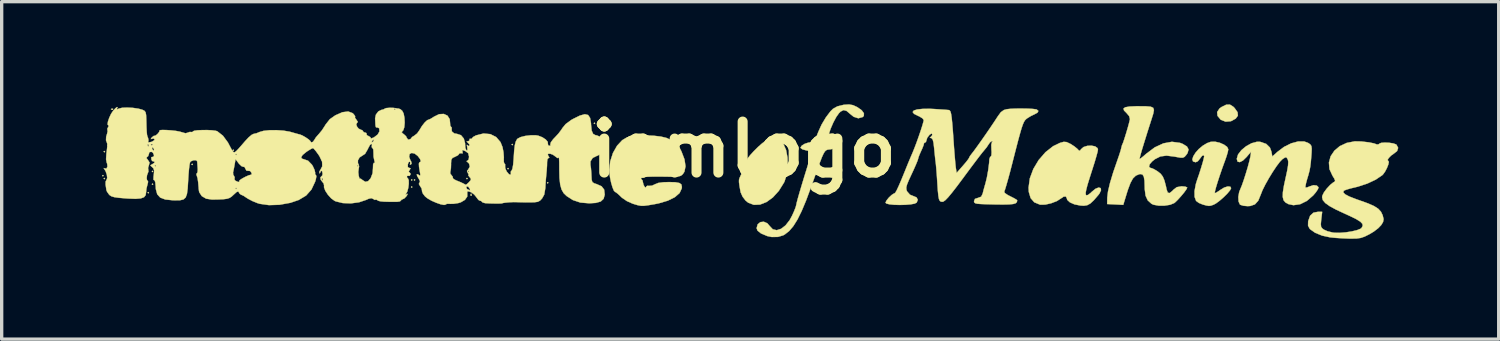
<source format=kicad_pcb>
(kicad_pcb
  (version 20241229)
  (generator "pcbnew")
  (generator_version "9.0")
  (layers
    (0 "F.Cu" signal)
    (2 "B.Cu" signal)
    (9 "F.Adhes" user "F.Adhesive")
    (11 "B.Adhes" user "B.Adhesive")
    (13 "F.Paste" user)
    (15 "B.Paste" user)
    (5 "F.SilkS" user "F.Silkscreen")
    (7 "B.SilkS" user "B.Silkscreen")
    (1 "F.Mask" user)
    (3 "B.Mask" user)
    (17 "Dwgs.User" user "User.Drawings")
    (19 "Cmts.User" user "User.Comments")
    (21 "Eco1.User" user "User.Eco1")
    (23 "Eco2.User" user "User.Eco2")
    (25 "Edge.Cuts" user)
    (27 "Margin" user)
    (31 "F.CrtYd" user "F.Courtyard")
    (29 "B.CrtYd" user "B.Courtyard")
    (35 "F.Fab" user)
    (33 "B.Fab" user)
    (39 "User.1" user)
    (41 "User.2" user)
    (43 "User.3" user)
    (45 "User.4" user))
  (footprint "iomlogo"
    (layer "F.Cu")
    (at 19.182 1.418)
    (property "Reference" "iomlogo" (at 0 0 0) (layer "F.SilkS") (effects (font (size 1.524 1.524) (thickness 0.3))))
    (attr through_hole)
    (fp_poly (pts (xy -19.135 0.783) (xy -19.156 0.804) (xy -19.177 0.783) (xy -19.156 0.762) (xy -19.135 0.783)) (stroke (width 0.01) (type solid)) (fill yes) (layer "F.SilkS"))
    (fp_poly (pts (xy -19.092 0.064) (xy -19.113 0.085) (xy -19.135 0.064) (xy -19.113 0.042) (xy -19.092 0.064)) (stroke (width 0.01) (type solid)) (fill yes) (layer "F.SilkS"))
    (fp_poly (pts (xy -19.092 0.868) (xy -19.113 0.889) (xy -19.135 0.868) (xy -19.113 0.847) (xy -19.092 0.868)) (stroke (width 0.01) (type solid)) (fill yes) (layer "F.SilkS"))
    (fp_poly (pts (xy -17.78 1.291) (xy -17.801 1.312) (xy -17.822 1.291) (xy -17.801 1.27) (xy -17.78 1.291)) (stroke (width 0.01) (type solid)) (fill yes) (layer "F.SilkS"))
    (fp_poly (pts (xy -17.653 0.656) (xy -17.674 0.677) (xy -17.695 0.656) (xy -17.674 0.635) (xy -17.653 0.656)) (stroke (width 0.01) (type solid)) (fill yes) (layer "F.SilkS"))
    (fp_poly (pts (xy -17.653 1.037) (xy -17.674 1.058) (xy -17.695 1.037) (xy -17.674 1.016) (xy -17.653 1.037)) (stroke (width 0.01) (type solid)) (fill yes) (layer "F.SilkS"))
    (fp_poly (pts (xy -16.468 0.445) (xy -16.489 0.466) (xy -16.51 0.445) (xy -16.489 0.423) (xy -16.468 0.445)) (stroke (width 0.01) (type solid)) (fill yes) (layer "F.SilkS"))
    (fp_poly (pts (xy -15.24 0.021) (xy -15.261 0.042) (xy -15.282 0.021) (xy -15.261 0) (xy -15.24 0.021)) (stroke (width 0.01) (type solid)) (fill yes) (layer "F.SilkS"))
    (fp_poly (pts (xy -9.906 0.91) (xy -9.927 0.931) (xy -9.948 0.91) (xy -9.927 0.889) (xy -9.906 0.91)) (stroke (width 0.01) (type solid)) (fill yes) (layer "F.SilkS"))
    (fp_poly (pts (xy -9.906 1.122) (xy -9.927 1.143) (xy -9.948 1.122) (xy -9.927 1.101) (xy -9.906 1.122)) (stroke (width 0.01) (type solid)) (fill yes) (layer "F.SilkS"))
    (fp_poly (pts (xy -9.821 0.91) (xy -9.842 0.931) (xy -9.864 0.91) (xy -9.842 0.889) (xy -9.821 0.91)) (stroke (width 0.01) (type solid)) (fill yes) (layer "F.SilkS"))
    (fp_poly (pts (xy -8.255 0.868) (xy -8.276 0.889) (xy -8.297 0.868) (xy -8.276 0.847) (xy -8.255 0.868)) (stroke (width 0.01) (type solid)) (fill yes) (layer "F.SilkS"))
    (fp_poly (pts (xy -7.027 0.572) (xy -7.048 0.593) (xy -7.07 0.572) (xy -7.048 0.55) (xy -7.027 0.572)) (stroke (width 0.01) (type solid)) (fill yes) (layer "F.SilkS"))
    (fp_poly (pts (xy -6.9 -0.148) (xy -6.921 -0.127) (xy -6.943 -0.148) (xy -6.921 -0.169) (xy -6.9 -0.148)) (stroke (width 0.01) (type solid)) (fill yes) (layer "F.SilkS"))
    (fp_poly (pts (xy -5.842 0.995) (xy -5.863 1.016) (xy -5.884 0.995) (xy -5.863 0.974) (xy -5.842 0.995)) (stroke (width 0.01) (type solid)) (fill yes) (layer "F.SilkS"))
    (fp_poly (pts (xy -4.445 -0.783) (xy -4.466 -0.762) (xy -4.487 -0.783) (xy -4.466 -0.804) (xy -4.445 -0.783)) (stroke (width 0.01) (type solid)) (fill yes) (layer "F.SilkS"))
    (fp_poly (pts (xy -18.852 -1.214) (xy -18.858 -1.188) (xy -18.881 -1.185) (xy -18.916 -1.201) (xy -18.909 -1.214) (xy -18.859 -1.219) (xy -18.852 -1.214)) (stroke (width 0.01) (type solid)) (fill yes) (layer "F.SilkS"))
    (fp_poly (pts (xy -8.142 1.326) (xy -8.137 1.377) (xy -8.142 1.383) (xy -8.167 1.377) (xy -8.17 1.355) (xy -8.155 1.32) (xy -8.142 1.326)) (stroke (width 0.01) (type solid)) (fill yes) (layer "F.SilkS"))
    (fp_poly (pts (xy 14.627 -1.279) (xy 14.667 -1.239) (xy 14.755 -1.115) (xy 14.765 -1.012) (xy 14.7 -0.923) (xy 14.557 -0.845) (xy 14.399 -0.832) (xy 14.258 -0.887) (xy 14.249 -0.894) (xy 14.156 -1.005) (xy 14.145 -1.119) (xy 14.217 -1.227) (xy 14.277 -1.27) (xy 14.417 -1.339) (xy 14.526 -1.342) (xy 14.627 -1.279)) (stroke (width 0.01) (type solid)) (fill yes) (layer "F.SilkS"))
    (fp_poly (pts (xy 0.99 -0.294) (xy 1.129 -0.222) (xy 1.185 -0.16) (xy 1.262 0.016) (xy 1.304 0.242) (xy 1.311 0.491) (xy 1.283 0.735) (xy 1.219 0.947) (xy 1.201 0.986) (xy 1.045 1.236) (xy 0.867 1.432) (xy 0.677 1.57) (xy 0.484 1.646) (xy 0.299 1.654) (xy 0.13 1.59) (xy 0.051 1.526) (xy -0.038 1.41) (xy -0.095 1.283) (xy -0.1 1.261) (xy -0.131 1.088) (xy -0.146 0.976) (xy -0.145 0.906) (xy -0.131 0.857) (xy -0.128 0.849) (xy -0.048 0.678) (xy 0.02 0.52) (xy 0.067 0.396) (xy 0.085 0.327) (xy 0.085 0.326) (xy 0.114 0.264) (xy 0.192 0.165) (xy 0.301 0.046) (xy 0.424 -0.076) (xy 0.545 -0.183) (xy 0.646 -0.258) (xy 0.669 -0.271) (xy 0.826 -0.313) (xy 0.99 -0.294)) (stroke (width 0.01) (type solid)) (fill yes) (layer "F.SilkS"))
    (fp_poly (pts (xy 14.224 -0.201) (xy 14.353 -0.144) (xy 14.446 -0.074) (xy 14.478 -0.007) (xy 14.464 0.072) (xy 14.426 0.202) (xy 14.372 0.356) (xy 14.368 0.365) (xy 14.293 0.572) (xy 14.222 0.779) (xy 14.159 0.972) (xy 14.11 1.134) (xy 14.08 1.25) (xy 14.074 1.303) (xy 14.075 1.304) (xy 14.115 1.291) (xy 14.197 1.239) (xy 14.236 1.211) (xy 14.355 1.138) (xy 14.463 1.104) (xy 14.539 1.112) (xy 14.563 1.155) (xy 14.532 1.218) (xy 14.452 1.314) (xy 14.343 1.423) (xy 14.223 1.528) (xy 14.111 1.611) (xy 14.041 1.649) (xy 13.959 1.678) (xy 13.899 1.686) (xy 13.824 1.674) (xy 13.716 1.645) (xy 13.601 1.598) (xy 13.52 1.54) (xy 13.515 1.534) (xy 13.471 1.416) (xy 13.469 1.243) (xy 13.508 1.034) (xy 13.55 0.899) (xy 13.606 0.738) (xy 13.661 0.565) (xy 13.71 0.403) (xy 13.744 0.274) (xy 13.758 0.202) (xy 13.758 0.201) (xy 13.739 0.167) (xy 13.692 0.193) (xy 13.636 0.266) (xy 13.631 0.275) (xy 13.566 0.353) (xy 13.502 0.381) (xy 13.424 0.357) (xy 13.404 0.293) (xy 13.433 0.202) (xy 13.5 0.095) (xy 13.597 -0.014) (xy 13.715 -0.113) (xy 13.845 -0.191) (xy 13.957 -0.23) (xy 14.084 -0.233) (xy 14.224 -0.201)) (stroke (width 0.01) (type solid)) (fill yes) (layer "F.SilkS"))
    (fp_poly (pts (xy 9.646 -0.222) (xy 9.752 -0.172) (xy 9.766 -0.165) (xy 9.879 -0.092) (xy 9.965 -0.022) (xy 9.979 -0.006) (xy 10.025 0.041) (xy 10.06 0.018) (xy 10.076 -0.007) (xy 10.151 -0.073) (xy 10.264 -0.109) (xy 10.388 -0.115) (xy 10.499 -0.093) (xy 10.57 -0.042) (xy 10.583 0.002) (xy 10.571 0.07) (xy 10.536 0.2) (xy 10.485 0.374) (xy 10.422 0.573) (xy 10.419 0.583) (xy 10.332 0.855) (xy 10.27 1.056) (xy 10.233 1.199) (xy 10.216 1.292) (xy 10.219 1.346) (xy 10.236 1.37) (xy 10.286 1.358) (xy 10.365 1.297) (xy 10.394 1.268) (xy 10.509 1.174) (xy 10.603 1.137) (xy 10.663 1.153) (xy 10.675 1.216) (xy 10.627 1.318) (xy 10.594 1.361) (xy 10.46 1.516) (xy 10.355 1.614) (xy 10.262 1.665) (xy 10.162 1.681) (xy 10.059 1.675) (xy 9.882 1.64) (xy 9.745 1.58) (xy 9.665 1.506) (xy 9.652 1.46) (xy 9.625 1.405) (xy 9.557 1.409) (xy 9.486 1.457) (xy 9.356 1.541) (xy 9.184 1.607) (xy 9.007 1.647) (xy 8.86 1.65) (xy 8.848 1.647) (xy 8.68 1.578) (xy 8.571 1.453) (xy 8.516 1.268) (xy 8.509 1.14) (xy 8.547 0.862) (xy 8.652 0.581) (xy 8.811 0.315) (xy 9.013 0.082) (xy 9.243 -0.099) (xy 9.446 -0.197) (xy 9.56 -0.229) (xy 9.646 -0.222)) (stroke (width 0.01) (type solid)) (fill yes) (layer "F.SilkS"))
    (fp_poly (pts (xy -2.69 -0.411) (xy -2.48 -0.386) (xy -2.32 -0.348) (xy -2.306 -0.343) (xy -2.128 -0.26) (xy -2.006 -0.165) (xy -1.912 -0.034) (xy -1.864 0.06) (xy -1.774 0.297) (xy -1.744 0.501) (xy -1.776 0.662) (xy -1.811 0.718) (xy -1.847 0.759) (xy -1.889 0.787) (xy -1.951 0.804) (xy -2.049 0.812) (xy -2.199 0.814) (xy -2.414 0.811) (xy -2.467 0.811) (xy -2.719 0.81) (xy -2.908 0.816) (xy -3.028 0.829) (xy -3.068 0.845) (xy -3.071 0.886) (xy -3.06 0.889) (xy -3.028 0.925) (xy -3.017 0.98) (xy -2.999 1.053) (xy -2.966 1.115) (xy -2.935 1.142) (xy -2.921 1.114) (xy -2.921 1.113) (xy -2.888 1.084) (xy -2.839 1.088) (xy -2.745 1.081) (xy -2.66 1.041) (xy -2.562 1) (xy -2.407 0.979) (xy -2.237 0.974) (xy -2.047 0.979) (xy -1.928 1.001) (xy -1.867 1.045) (xy -1.852 1.119) (xy -1.857 1.164) (xy -1.921 1.302) (xy -2.062 1.425) (xy -2.272 1.529) (xy -2.547 1.61) (xy -2.664 1.633) (xy -2.85 1.665) (xy -2.979 1.682) (xy -3.077 1.682) (xy -3.17 1.665) (xy -3.285 1.631) (xy -3.33 1.616) (xy -3.496 1.542) (xy -3.643 1.442) (xy -3.679 1.407) (xy -3.766 1.324) (xy -3.831 1.275) (xy -3.846 1.27) (xy -3.884 1.232) (xy -3.926 1.132) (xy -3.967 0.992) (xy -4 0.835) (xy -4.019 0.682) (xy -4.022 0.614) (xy -3.993 0.352) (xy -3.912 0.103) (xy -3.79 -0.112) (xy -3.637 -0.277) (xy -3.499 -0.36) (xy -3.355 -0.395) (xy -3.154 -0.415) (xy -2.924 -0.42) (xy -2.69 -0.411)) (stroke (width 0.01) (type solid)) (fill yes) (layer "F.SilkS"))
    (fp_poly (pts (xy 16.748 -0.24) (xy 16.873 -0.192) (xy 16.931 -0.15) (xy 16.962 -0.101) (xy 16.972 -0.025) (xy 16.967 0.103) (xy 16.961 0.184) (xy 16.945 0.375) (xy 16.928 0.514) (xy 16.906 0.632) (xy 16.872 0.762) (xy 16.834 0.886) (xy 16.8 1.014) (xy 16.783 1.106) (xy 16.785 1.136) (xy 16.834 1.134) (xy 16.907 1.104) (xy 17.024 1.066) (xy 17.124 1.078) (xy 17.176 1.13) (xy 17.158 1.186) (xy 17.095 1.28) (xy 17.015 1.374) (xy 16.826 1.537) (xy 16.624 1.636) (xy 16.426 1.664) (xy 16.275 1.632) (xy 16.187 1.583) (xy 16.131 1.517) (xy 16.106 1.419) (xy 16.11 1.278) (xy 16.142 1.079) (xy 16.188 0.866) (xy 16.238 0.636) (xy 16.265 0.475) (xy 16.271 0.368) (xy 16.258 0.301) (xy 16.254 0.294) (xy 16.22 0.239) (xy 16.181 0.235) (xy 16.108 0.281) (xy 16.095 0.29) (xy 16.02 0.367) (xy 15.919 0.501) (xy 15.805 0.672) (xy 15.689 0.862) (xy 15.583 1.051) (xy 15.499 1.22) (xy 15.449 1.347) (xy 15.374 1.53) (xy 15.274 1.64) (xy 15.137 1.688) (xy 15.056 1.693) (xy 14.932 1.682) (xy 14.841 1.654) (xy 14.825 1.643) (xy 14.785 1.552) (xy 14.778 1.416) (xy 14.804 1.27) (xy 14.837 1.187) (xy 14.881 1.082) (xy 14.938 0.92) (xy 15 0.727) (xy 15.06 0.527) (xy 15.108 0.347) (xy 15.139 0.212) (xy 15.142 0.191) (xy 15.16 0.064) (xy 15.027 0.222) (xy 14.915 0.331) (xy 14.822 0.378) (xy 14.757 0.363) (xy 14.732 0.282) (xy 14.732 0.278) (xy 14.77 0.149) (xy 14.87 0.019) (xy 15.012 -0.098) (xy 15.174 -0.187) (xy 15.335 -0.231) (xy 15.431 -0.229) (xy 15.611 -0.168) (xy 15.722 -0.059) (xy 15.766 0.06) (xy 15.794 0.21) (xy 15.944 0.073) (xy 16.145 -0.078) (xy 16.358 -0.184) (xy 16.565 -0.24) (xy 16.748 -0.24)) (stroke (width 0.01) (type solid)) (fill yes) (layer "F.SilkS"))
    (fp_poly (pts (xy 3.263 -1.325) (xy 3.394 -1.264) (xy 3.394 -1.263) (xy 3.523 -1.172) (xy 3.588 -1.082) (xy 3.585 -1.003) (xy 3.55 -0.969) (xy 3.421 -0.933) (xy 3.282 -0.978) (xy 3.182 -1.058) (xy 3.069 -1.154) (xy 2.979 -1.178) (xy 2.892 -1.134) (xy 2.846 -1.09) (xy 2.763 -0.974) (xy 2.674 -0.808) (xy 2.593 -0.621) (xy 2.534 -0.446) (xy 2.518 -0.376) (xy 2.505 -0.274) (xy 2.529 -0.226) (xy 2.606 -0.201) (xy 2.624 -0.197) (xy 2.723 -0.154) (xy 2.748 -0.094) (xy 2.703 -0.037) (xy 2.603 -0.007) (xy 2.544 -0.001) (xy 2.497 0.006) (xy 2.457 0.025) (xy 2.419 0.062) (xy 2.379 0.129) (xy 2.332 0.232) (xy 2.274 0.382) (xy 2.2 0.586) (xy 2.104 0.854) (xy 2.009 1.122) (xy 1.862 1.518) (xy 1.728 1.838) (xy 1.602 2.093) (xy 1.48 2.288) (xy 1.356 2.434) (xy 1.227 2.536) (xy 1.177 2.565) (xy 1.018 2.612) (xy 0.832 2.615) (xy 0.699 2.587) (xy 0.512 2.508) (xy 0.408 2.425) (xy 0.381 2.351) (xy 0.413 2.236) (xy 0.492 2.171) (xy 0.596 2.159) (xy 0.701 2.205) (xy 0.771 2.286) (xy 0.864 2.385) (xy 0.982 2.412) (xy 1.112 2.371) (xy 1.246 2.268) (xy 1.371 2.107) (xy 1.441 1.978) (xy 1.505 1.836) (xy 1.55 1.718) (xy 1.567 1.651) (xy 1.579 1.592) (xy 1.612 1.466) (xy 1.663 1.287) (xy 1.728 1.069) (xy 1.799 0.834) (xy 1.873 0.596) (xy 1.936 0.387) (xy 1.987 0.221) (xy 2.02 0.11) (xy 2.032 0.066) (xy 2.032 0.066) (xy 1.995 0.052) (xy 1.902 0.033) (xy 1.863 0.026) (xy 1.751 -0.005) (xy 1.696 -0.047) (xy 1.693 -0.057) (xy 1.73 -0.115) (xy 1.819 -0.17) (xy 1.929 -0.206) (xy 1.986 -0.212) (xy 2.054 -0.226) (xy 2.111 -0.278) (xy 2.168 -0.384) (xy 2.226 -0.529) (xy 2.324 -0.746) (xy 2.452 -0.96) (xy 2.588 -1.14) (xy 2.663 -1.215) (xy 2.795 -1.289) (xy 2.978 -1.334) (xy 2.99 -1.336) (xy 3.144 -1.346) (xy 3.263 -1.325)) (stroke (width 0.01) (type solid)) (fill yes) (layer "F.SilkS"))
    (fp_poly (pts (xy 12.024 -1.291) (xy 12.16 -1.279) (xy 12.234 -1.246) (xy 12.256 -1.18) (xy 12.236 -1.072) (xy 12.185 -0.909) (xy 12.185 -0.909) (xy 12.071 -0.552) (xy 11.977 -0.251) (xy 11.904 -0.013) (xy 11.854 0.159) (xy 11.829 0.259) (xy 11.826 0.283) (xy 11.862 0.264) (xy 11.94 0.202) (xy 12.026 0.127) (xy 12.281 -0.064) (xy 12.54 -0.184) (xy 12.794 -0.23) (xy 13.033 -0.199) (xy 13.113 -0.169) (xy 13.243 -0.09) (xy 13.291 -0.000139) (xy 13.26 0.108) (xy 13.215 0.171) (xy 13.17 0.221) (xy 13.121 0.244) (xy 13.045 0.244) (xy 12.919 0.222) (xy 12.86 0.211) (xy 12.632 0.183) (xy 12.45 0.207) (xy 12.288 0.288) (xy 12.203 0.356) (xy 12.13 0.44) (xy 12.109 0.511) (xy 12.143 0.549) (xy 12.161 0.55) (xy 12.227 0.573) (xy 12.328 0.629) (xy 12.371 0.657) (xy 12.458 0.726) (xy 12.521 0.81) (xy 12.57 0.927) (xy 12.615 1.099) (xy 12.635 1.196) (xy 12.669 1.288) (xy 12.723 1.303) (xy 12.803 1.241) (xy 12.835 1.206) (xy 12.938 1.126) (xy 13.077 1.101) (xy 13.089 1.101) (xy 13.192 1.11) (xy 13.247 1.132) (xy 13.25 1.139) (xy 13.224 1.194) (xy 13.156 1.288) (xy 13.064 1.398) (xy 12.968 1.504) (xy 12.885 1.584) (xy 12.861 1.602) (xy 12.739 1.652) (xy 12.572 1.678) (xy 12.396 1.678) (xy 12.245 1.651) (xy 12.185 1.624) (xy 12.071 1.521) (xy 12.006 1.38) (xy 11.981 1.183) (xy 11.98 1.13) (xy 11.974 0.934) (xy 11.953 0.81) (xy 11.913 0.747) (xy 11.849 0.734) (xy 11.816 0.739) (xy 11.714 0.782) (xy 11.63 0.863) (xy 11.555 0.998) (xy 11.48 1.198) (xy 11.448 1.298) (xy 11.339 1.655) (xy 11.099 1.642) (xy 10.858 1.63) (xy 10.861 1.439) (xy 10.883 1.256) (xy 10.943 1.001) (xy 11.04 0.679) (xy 11.165 0.318) (xy 11.218 0.164) (xy 11.259 0.037) (xy 11.278 -0.039) (xy 11.279 -0.043) (xy 11.301 -0.128) (xy 11.311 -0.149) (xy 11.338 -0.214) (xy 11.378 -0.335) (xy 11.426 -0.489) (xy 11.473 -0.649) (xy 11.512 -0.792) (xy 11.536 -0.892) (xy 11.539 -0.91) (xy 11.515 -0.998) (xy 11.441 -1.086) (xy 11.362 -1.166) (xy 11.346 -1.224) (xy 11.398 -1.262) (xy 11.523 -1.284) (xy 11.725 -1.293) (xy 11.813 -1.293) (xy 12.024 -1.291)) (stroke (width 0.01) (type solid)) (fill yes) (layer "F.SilkS"))
    (fp_poly (pts (xy 18.453 -0.24) (xy 18.682 -0.213) (xy 18.836 -0.182) (xy 18.92 -0.15) (xy 18.974 -0.156) (xy 18.988 -0.172) (xy 19.046 -0.198) (xy 19.156 -0.207) (xy 19.288 -0.201) (xy 19.411 -0.182) (xy 19.495 -0.151) (xy 19.505 -0.143) (xy 19.555 -0.049) (xy 19.524 0.045) (xy 19.436 0.116) (xy 19.346 0.18) (xy 19.276 0.251) (xy 19.24 0.31) (xy 19.254 0.338) (xy 19.259 0.339) (xy 19.277 0.371) (xy 19.26 0.452) (xy 19.218 0.557) (xy 19.162 0.664) (xy 19.1 0.749) (xy 19.083 0.766) (xy 18.885 0.9) (xy 18.631 1.019) (xy 18.349 1.111) (xy 18.276 1.129) (xy 18.121 1.166) (xy 17.999 1.203) (xy 17.933 1.231) (xy 17.93 1.233) (xy 17.915 1.281) (xy 17.967 1.337) (xy 18.093 1.404) (xy 18.295 1.483) (xy 18.415 1.525) (xy 18.662 1.614) (xy 18.84 1.694) (xy 18.962 1.773) (xy 19.041 1.86) (xy 19.091 1.963) (xy 19.093 1.971) (xy 19.12 2.081) (xy 19.104 2.166) (xy 19.049 2.258) (xy 18.96 2.351) (xy 18.826 2.454) (xy 18.695 2.532) (xy 18.553 2.603) (xy 18.436 2.643) (xy 18.311 2.661) (xy 18.144 2.663) (xy 18.098 2.663) (xy 17.897 2.655) (xy 17.692 2.642) (xy 17.528 2.626) (xy 17.525 2.626) (xy 17.283 2.574) (xy 17.074 2.489) (xy 16.923 2.382) (xy 16.911 2.369) (xy 16.862 2.277) (xy 16.865 2.15) (xy 16.866 2.141) (xy 16.924 1.979) (xy 17.024 1.888) (xy 17.154 1.863) (xy 17.284 1.863) (xy 17.256 2.094) (xy 17.244 2.23) (xy 17.252 2.31) (xy 17.288 2.361) (xy 17.338 2.397) (xy 17.446 2.444) (xy 17.592 2.48) (xy 17.653 2.488) (xy 17.81 2.491) (xy 17.99 2.476) (xy 18.17 2.448) (xy 18.325 2.411) (xy 18.432 2.368) (xy 18.459 2.347) (xy 18.495 2.284) (xy 18.487 2.223) (xy 18.426 2.158) (xy 18.306 2.083) (xy 18.117 1.99) (xy 17.977 1.926) (xy 17.705 1.8) (xy 17.508 1.693) (xy 17.376 1.599) (xy 17.303 1.512) (xy 17.282 1.426) (xy 17.288 1.383) (xy 17.335 1.286) (xy 17.421 1.169) (xy 17.523 1.059) (xy 17.616 0.983) (xy 17.647 0.968) (xy 17.672 0.938) (xy 17.647 0.87) (xy 17.594 0.786) (xy 17.502 0.587) (xy 17.486 0.39) (xy 17.537 0.202) (xy 17.649 0.036) (xy 17.811 -0.101) (xy 18.018 -0.197) (xy 18.259 -0.244) (xy 18.453 -0.24)) (stroke (width 0.01) (type solid)) (fill yes) (layer "F.SilkS"))
    (fp_poly (pts (xy 8.485 -1.221) (xy 8.637 -1.213) (xy 8.737 -1.2) (xy 8.752 -1.196) (xy 8.803 -1.153) (xy 8.776 -1.101) (xy 8.694 -1.056) (xy 8.576 -0.999) (xy 8.47 -0.934) (xy 8.433 -0.905) (xy 8.4 -0.87) (xy 8.369 -0.819) (xy 8.337 -0.744) (xy 8.299 -0.634) (xy 8.255 -0.482) (xy 8.199 -0.278) (xy 8.13 -0.012) (xy 8.044 0.324) (xy 8.019 0.423) (xy 7.955 0.671) (xy 7.895 0.891) (xy 7.844 1.07) (xy 7.806 1.195) (xy 7.784 1.252) (xy 7.784 1.252) (xy 7.796 1.298) (xy 7.888 1.361) (xy 7.959 1.397) (xy 8.075 1.456) (xy 8.152 1.502) (xy 8.17 1.521) (xy 8.159 1.571) (xy 8.123 1.607) (xy 8.049 1.629) (xy 7.925 1.641) (xy 7.74 1.645) (xy 7.49 1.642) (xy 7.251 1.636) (xy 7.084 1.63) (xy 6.976 1.621) (xy 6.915 1.606) (xy 6.887 1.584) (xy 6.879 1.553) (xy 6.879 1.545) (xy 6.907 1.476) (xy 6.995 1.447) (xy 7.092 1.411) (xy 7.137 1.32) (xy 7.165 1.208) (xy 7.205 1.065) (xy 7.22 1.016) (xy 7.263 0.84) (xy 7.302 0.622) (xy 7.33 0.404) (xy 7.338 0.286) (xy 7.36 0.223) (xy 7.38 0.212) (xy 7.399 0.174) (xy 7.404 0.077) (xy 7.399 0.001) (xy 7.395 -0.14) (xy 7.414 -0.219) (xy 7.425 -0.228) (xy 7.444 -0.246) (xy 7.42 -0.251) (xy 7.363 -0.22) (xy 7.32 -0.162) (xy 7.253 -0.061) (xy 7.181 0.026) (xy 7.129 0.088) (xy 7.036 0.207) (xy 6.912 0.371) (xy 6.764 0.568) (xy 6.603 0.785) (xy 6.562 0.841) (xy 6.371 1.097) (xy 6.221 1.29) (xy 6.108 1.426) (xy 6.024 1.513) (xy 5.965 1.555) (xy 5.938 1.563) (xy 5.89 1.559) (xy 5.856 1.536) (xy 5.831 1.482) (xy 5.813 1.382) (xy 5.797 1.225) (xy 5.782 0.999) (xy 5.779 0.953) (xy 5.766 0.757) (xy 5.752 0.58) (xy 5.74 0.447) (xy 5.735 0.402) (xy 5.721 0.296) (xy 5.705 0.139) (xy 5.688 -0.032) (xy 5.669 -0.198) (xy 5.645 -0.295) (xy 5.613 -0.337) (xy 5.592 -0.342) (xy 5.555 -0.353) (xy 5.577 -0.367) (xy 5.626 -0.423) (xy 5.63 -0.448) (xy 5.617 -0.48) (xy 5.568 -0.453) (xy 5.546 -0.435) (xy 5.481 -0.352) (xy 5.461 -0.287) (xy 5.441 -0.223) (xy 5.419 -0.212) (xy 5.383 -0.188) (xy 5.383 -0.18) (xy 5.37 -0.126) (xy 5.33 -0.025) (xy 5.299 0.042) (xy 5.246 0.162) (xy 5.213 0.254) (xy 5.208 0.28) (xy 5.19 0.336) (xy 5.143 0.45) (xy 5.075 0.604) (xy 5.016 0.731) (xy 4.93 0.916) (xy 4.878 1.043) (xy 4.855 1.129) (xy 4.857 1.193) (xy 4.875 1.248) (xy 4.966 1.352) (xy 5.049 1.385) (xy 5.16 1.431) (xy 5.199 1.504) (xy 5.164 1.588) (xy 5.1 1.619) (xy 4.98 1.64) (xy 4.824 1.653) (xy 4.654 1.657) (xy 4.489 1.652) (xy 4.351 1.638) (xy 4.259 1.615) (xy 4.233 1.589) (xy 4.263 1.525) (xy 4.332 1.439) (xy 4.416 1.36) (xy 4.486 1.315) (xy 4.499 1.312) (xy 4.526 1.29) (xy 4.567 1.22) (xy 4.627 1.092) (xy 4.709 0.902) (xy 4.816 0.64) (xy 4.835 0.593) (xy 4.907 0.415) (xy 4.978 0.245) (xy 5.034 0.115) (xy 5.038 0.106) (xy 5.091 -0.024) (xy 5.155 -0.191) (xy 5.221 -0.375) (xy 5.283 -0.557) (xy 5.334 -0.716) (xy 5.367 -0.832) (xy 5.376 -0.88) (xy 5.34 -0.93) (xy 5.25 -0.986) (xy 5.207 -1.005) (xy 5.087 -1.065) (xy 5.045 -1.119) (xy 5.078 -1.164) (xy 5.178 -1.196) (xy 5.341 -1.214) (xy 5.562 -1.216) (xy 5.673 -1.211) (xy 5.853 -1.199) (xy 6.003 -1.189) (xy 6.102 -1.181) (xy 6.126 -1.179) (xy 6.153 -1.166) (xy 6.176 -1.131) (xy 6.194 -1.062) (xy 6.211 -0.949) (xy 6.228 -0.782) (xy 6.247 -0.55) (xy 6.266 -0.275) (xy 6.283 -0.032) (xy 6.301 0.192) (xy 6.317 0.379) (xy 6.33 0.51) (xy 6.335 0.55) (xy 6.359 0.699) (xy 6.545 0.488) (xy 6.64 0.377) (xy 6.707 0.29) (xy 6.731 0.248) (xy 6.756 0.198) (xy 6.815 0.12) (xy 6.879 0.038) (xy 6.977 -0.097) (xy 7.099 -0.268) (xy 7.231 -0.457) (xy 7.362 -0.648) (xy 7.48 -0.823) (xy 7.573 -0.965) (xy 7.589 -0.99) (xy 7.68 -1.114) (xy 7.772 -1.18) (xy 7.857 -1.204) (xy 7.966 -1.216) (xy 8.124 -1.223) (xy 8.306 -1.224) (xy 8.485 -1.221)) (stroke (width 0.01) (type solid)) (fill yes) (layer "F.SilkS"))
    (fp_poly (pts (xy -18.717 -1.265) (xy -18.735 -1.223) (xy -18.738 -1.198) (xy -18.68 -1.222) (xy -18.677 -1.223) (xy -18.58 -1.247) (xy -18.43 -1.253) (xy -18.258 -1.244) (xy -18.094 -1.22) (xy -17.981 -1.189) (xy -17.917 -1.159) (xy -17.881 -1.113) (xy -17.865 -1.029) (xy -17.859 -0.884) (xy -17.859 -0.879) (xy -17.854 -0.67) (xy -17.847 -0.528) (xy -17.838 -0.437) (xy -17.823 -0.381) (xy -17.808 -0.349) (xy -17.793 -0.276) (xy -17.801 -0.254) (xy -17.8 -0.215) (xy -17.786 -0.212) (xy -17.694 -0.231) (xy -17.625 -0.275) (xy -17.611 -0.305) (xy -17.642 -0.329) (xy -17.68 -0.321) (xy -17.726 -0.31) (xy -17.706 -0.347) (xy -17.697 -0.358) (xy -17.641 -0.405) (xy -17.616 -0.408) (xy -17.573 -0.423) (xy -17.514 -0.475) (xy -17.471 -0.532) (xy -17.467 -0.562) (xy -17.45 -0.578) (xy -17.371 -0.584) (xy -17.251 -0.581) (xy -17.112 -0.571) (xy -16.976 -0.556) (xy -16.863 -0.535) (xy -16.811 -0.52) (xy -16.687 -0.485) (xy -16.626 -0.502) (xy -16.554 -0.527) (xy -16.526 -0.521) (xy -16.475 -0.523) (xy -16.468 -0.54) (xy -16.429 -0.56) (xy -16.33 -0.574) (xy -16.192 -0.58) (xy -16.04 -0.581) (xy -15.897 -0.574) (xy -15.786 -0.56) (xy -15.739 -0.545) (xy -15.569 -0.412) (xy -15.42 -0.21) (xy -15.371 -0.116) (xy -15.311 -0.003) (xy -15.26 0.07) (xy -15.239 0.085) (xy -15.212 0.078) (xy -15.173 0.049) (xy -15.112 -0.014) (xy -15.018 -0.12) (xy -14.907 -0.249) (xy -14.803 -0.36) (xy -14.711 -0.438) (xy -14.653 -0.466) (xy -14.565 -0.485) (xy -14.477 -0.522) (xy -14.356 -0.557) (xy -14.179 -0.576) (xy -13.972 -0.578) (xy -13.763 -0.564) (xy -13.578 -0.533) (xy -13.531 -0.52) (xy -13.401 -0.483) (xy -13.303 -0.456) (xy -13.271 -0.449) (xy -13.2 -0.421) (xy -13.105 -0.368) (xy -13.015 -0.307) (xy -12.96 -0.257) (xy -12.954 -0.245) (xy -12.93 -0.211) (xy -12.92 -0.214) (xy -11.123 -0.214) (xy -11.117 -0.212) (xy -11.079 -0.241) (xy -11.07 -0.254) (xy -11.059 -0.294) (xy -11.065 -0.296) (xy -11.104 -0.267) (xy -11.113 -0.254) (xy -11.123 -0.214) (xy -12.92 -0.214) (xy -12.881 -0.228) (xy -12.839 -0.284) (xy -12.839 -0.285) (xy -12.79 -0.363) (xy -12.709 -0.456) (xy -12.701 -0.464) (xy -12.61 -0.574) (xy -12.522 -0.709) (xy -12.506 -0.738) (xy -12.374 -0.906) (xy -12.21 -1.021) (xy -11.999 -1.114) (xy -11.826 -1.136) (xy -11.694 -1.087) (xy -11.663 -1.058) (xy -11.618 -0.997) (xy -11.62 -0.974) (xy -11.622 -0.948) (xy -11.582 -0.893) (xy -11.538 -0.826) (xy -11.56 -0.796) (xy -11.585 -0.755) (xy -11.564 -0.687) (xy -11.514 -0.623) (xy -11.452 -0.593) (xy -11.45 -0.593) (xy -11.394 -0.569) (xy -11.388 -0.55) (xy -11.353 -0.513) (xy -11.322 -0.508) (xy -11.277 -0.489) (xy -11.28 -0.469) (xy -11.266 -0.427) (xy -11.218 -0.402) (xy -11.159 -0.367) (xy -11.155 -0.339) (xy -11.138 -0.33) (xy -11.068 -0.357) (xy -11.052 -0.365) (xy -10.946 -0.445) (xy -10.891 -0.542) (xy -10.899 -0.632) (xy -10.901 -0.635) (xy -10.952 -0.66) (xy -10.967 -0.654) (xy -10.999 -0.67) (xy -11.011 -0.728) (xy -11.017 -0.852) (xy -11.021 -0.931) (xy -10.997 -1.042) (xy -10.926 -1.137) (xy -10.833 -1.184) (xy -10.819 -1.185) (xy -10.75 -1.206) (xy -10.456 -1.206) (xy -10.435 -1.185) (xy -10.414 -1.206) (xy -10.435 -1.228) (xy -10.456 -1.206) (xy -10.75 -1.206) (xy -10.749 -1.207) (xy -10.736 -1.221) (xy -10.687 -1.238) (xy -10.589 -1.246) (xy -10.478 -1.244) (xy -10.389 -1.233) (xy -10.372 -1.227) (xy -10.316 -1.223) (xy -10.263 -1.201) (xy -10.211 -1.157) (xy -10.168 -1.074) (xy -10.144 -0.945) (xy -10.137 -0.799) (xy -10.149 -0.665) (xy -10.18 -0.572) (xy -10.199 -0.553) (xy -10.228 -0.517) (xy -10.187 -0.473) (xy -10.166 -0.46) (xy -10.097 -0.397) (xy -10.075 -0.35) (xy -10.041 -0.302) (xy -10.012 -0.296) (xy -9.955 -0.316) (xy -9.948 -0.332) (xy -9.914 -0.374) (xy -9.853 -0.411) (xy -9.765 -0.48) (xy -9.696 -0.577) (xy -9.622 -0.7) (xy -9.538 -0.807) (xy -9.463 -0.876) (xy -9.429 -0.889) (xy -9.371 -0.912) (xy -9.28 -0.967) (xy -9.262 -0.98) (xy -9.109 -1.055) (xy -8.969 -1.063) (xy -8.858 -1.012) (xy -8.792 -0.906) (xy -8.781 -0.796) (xy -8.775 -0.711) (xy -8.75 -0.677) (xy -8.728 -0.647) (xy -8.734 -0.619) (xy -8.727 -0.54) (xy -8.657 -0.482) (xy -8.571 -0.466) (xy -8.455 -0.428) (xy -8.37 -0.327) (xy -8.332 -0.187) (xy -8.331 -0.15) (xy -8.323 -0.043) (xy -8.294 0.023) (xy -8.29 0.026) (xy -8.261 0.02) (xy -8.267 -0.059) (xy -8.268 -0.068) (xy -8.28 -0.137) (xy -8.273 -0.141) (xy -8.271 -0.137) (xy -8.227 -0.104) (xy -8.207 -0.11) (xy -8.202 -0.151) (xy -8.242 -0.195) (xy -8.287 -0.238) (xy -8.261 -0.245) (xy -8.255 -0.244) (xy -8.206 -0.262) (xy -8.203 -0.289) (xy -8.19 -0.324) (xy -8.171 -0.318) (xy -8.131 -0.318) (xy -8.128 -0.331) (xy -8.093 -0.373) (xy -8.008 -0.42) (xy -8.003 -0.422) (xy -7.78 -0.478) (xy -7.576 -0.459) (xy -7.403 -0.372) (xy -7.274 -0.222) (xy -7.213 -0.07) (xy -7.184 0.084) (xy -7.173 0.233) (xy -7.175 0.279) (xy -7.174 0.375) (xy -7.156 0.422) (xy -7.151 0.423) (xy -7.13 0.454) (xy -7.136 0.479) (xy -7.132 0.561) (xy -7.087 0.66) (xy -7.024 0.735) (xy -6.991 0.752) (xy -6.958 0.738) (xy -6.966 0.716) (xy -6.964 0.655) (xy -6.946 0.637) (xy -6.919 0.581) (xy -6.896 0.459) (xy -6.881 0.29) (xy -6.88 0.271) (xy -6.865 0.04) (xy -6.846 -0.123) (xy -6.819 -0.232) (xy -6.782 -0.302) (xy -6.764 -0.323) (xy -6.674 -0.37) (xy -6.532 -0.406) (xy -6.368 -0.425) (xy -6.216 -0.425) (xy -6.145 -0.413) (xy -6.022 -0.365) (xy -5.921 -0.298) (xy -5.861 -0.227) (xy -5.858 -0.177) (xy -5.849 -0.129) (xy -5.823 -0.112) (xy -5.78 -0.115) (xy -5.785 -0.149) (xy -5.769 -0.214) (xy -5.699 -0.308) (xy -5.651 -0.358) (xy -5.542 -0.475) (xy -5.45 -0.597) (xy -5.424 -0.64) (xy -5.326 -0.759) (xy -5.158 -0.883) (xy -5.101 -0.915) (xy -4.9 -1.014) (xy -4.753 -1.054) (xy -4.655 -1.031) (xy -4.596 -0.943) (xy -4.569 -0.789) (xy -4.567 -0.737) (xy -4.549 -0.566) (xy -4.505 -0.466) (xy -4.429 -0.425) (xy -4.398 -0.423) (xy -4.318 -0.39) (xy -4.259 -0.328) (xy -4.194 -0.171) (xy -4.193 -0.02) (xy -4.252 0.104) (xy -4.365 0.182) (xy -4.388 0.188) (xy -4.519 0.253) (xy -4.585 0.357) (xy -4.585 0.459) (xy -4.57 0.56) (xy -4.559 0.702) (xy -4.556 0.775) (xy -4.549 0.903) (xy -4.528 0.973) (xy -4.475 1.01) (xy -4.403 1.033) (xy -4.253 1.099) (xy -4.176 1.198) (xy -4.159 1.345) (xy -4.159 1.354) (xy -4.193 1.475) (xy -4.278 1.554) (xy -4.426 1.596) (xy -4.619 1.608) (xy -4.886 1.586) (xy -5.11 1.511) (xy -5.297 1.391) (xy -5.387 1.304) (xy -5.449 1.195) (xy -5.489 1.049) (xy -5.511 0.851) (xy -5.517 0.587) (xy -5.517 0.529) (xy -5.518 0.38) (xy -5.523 0.277) (xy -5.53 0.237) (xy -5.533 0.241) (xy -5.57 0.257) (xy -5.633 0.209) (xy -5.708 0.155) (xy -5.786 0.127) (xy -5.845 0.127) (xy -5.861 0.158) (xy -5.842 0.191) (xy -5.813 0.243) (xy -5.837 0.254) (xy -5.871 0.29) (xy -5.881 0.37) (xy -5.883 0.48) (xy -5.893 0.63) (xy -5.902 0.72) (xy -5.918 0.898) (xy -5.93 1.08) (xy -5.933 1.149) (xy -5.966 1.347) (xy -6.031 1.463) (xy -6.091 1.527) (xy -6.158 1.563) (xy -6.259 1.577) (xy -6.396 1.58) (xy -6.562 1.579) (xy -6.712 1.576) (xy -6.795 1.573) (xy -6.895 1.572) (xy -7.016 1.578) (xy -7.128 1.589) (xy -7.203 1.6) (xy -7.218 1.607) (xy -7.256 1.613) (xy -7.351 1.615) (xy -7.476 1.614) (xy -7.604 1.611) (xy -7.708 1.605) (xy -7.736 1.603) (xy -7.811 1.581) (xy -7.832 1.557) (xy -7.863 1.533) (xy -7.879 1.535) (xy -7.93 1.509) (xy -7.991 1.432) (xy -7.998 1.421) (xy -8.058 1.347) (xy -8.135 1.288) (xy -8.21 1.254) (xy -8.262 1.252) (xy -8.269 1.293) (xy -8.267 1.298) (xy -8.267 1.406) (xy -8.336 1.505) (xy -8.461 1.579) (xy -8.539 1.602) (xy -8.671 1.622) (xy -8.778 1.625) (xy -8.803 1.622) (xy -8.88 1.624) (xy -8.906 1.643) (xy -8.96 1.657) (xy -9.064 1.637) (xy -9.196 1.591) (xy -9.335 1.53) (xy -9.456 1.46) (xy -9.528 1.402) (xy -9.595 1.315) (xy -9.621 1.244) (xy -9.619 1.235) (xy -9.631 1.165) (xy -9.647 1.139) (xy -8.297 1.139) (xy -8.272 1.182) (xy -8.182 1.224) (xy -8.182 1.224) (xy -8.186 1.195) (xy -8.197 1.164) (xy -8.239 1.111) (xy -8.283 1.105) (xy -8.297 1.139) (xy -9.647 1.139) (xy -9.672 1.102) (xy -9.714 1.029) (xy -9.697 0.996) (xy -9.679 0.945) (xy -9.715 0.877) (xy -9.767 0.788) (xy -9.775 0.739) (xy -9.739 0.744) (xy -9.718 0.76) (xy -9.677 0.784) (xy -9.67 0.746) (xy -9.679 0.691) (xy -9.684 0.664) (xy -8.776 0.664) (xy -8.772 0.725) (xy -8.742 0.762) (xy -8.699 0.819) (xy -8.699 0.847) (xy -8.678 0.881) (xy -8.6 0.923) (xy -8.583 0.93) (xy -8.469 0.976) (xy -8.384 1.016) (xy -8.382 1.017) (xy -8.322 1.05) (xy -8.308 1.056) (xy -8.274 1.031) (xy -8.214 0.975) (xy -8.159 0.909) (xy -8.166 0.861) (xy -8.196 0.827) (xy -8.236 0.776) (xy -8.232 0.762) (xy -8.229 0.736) (xy -8.25 0.704) (xy -8.268 0.656) (xy -8.255 0.656) (xy -8.234 0.677) (xy -8.213 0.656) (xy -8.234 0.635) (xy -8.255 0.656) (xy -8.268 0.656) (xy -8.274 0.641) (xy -8.238 0.596) (xy -8.19 0.512) (xy -8.214 0.42) (xy -8.258 0.378) (xy -8.291 0.346) (xy -8.266 0.339) (xy -8.227 0.302) (xy -8.213 0.218) (xy -8.239 0.111) (xy -8.324 0.048) (xy -8.399 0.018) (xy -8.418 0.033) (xy -8.408 0.067) (xy -8.404 0.116) (xy -8.445 0.112) (xy -8.5 0.112) (xy -8.509 0.131) (xy -8.545 0.173) (xy -8.63 0.216) (xy -8.632 0.217) (xy -8.711 0.254) (xy -8.745 0.31) (xy -8.752 0.417) (xy -8.751 0.439) (xy -8.755 0.561) (xy -8.769 0.649) (xy -8.776 0.664) (xy -9.684 0.664) (xy -9.708 0.521) (xy -9.713 0.422) (xy -9.696 0.383) (xy -9.689 0.381) (xy -9.653 0.355) (xy -9.679 0.283) (xy -9.747 0.193) (xy -9.839 0.122) (xy -9.927 0.103) (xy -9.989 0.134) (xy -10.004 0.213) (xy -10.001 0.226) (xy -9.966 0.323) (xy -9.94 0.367) (xy -9.931 0.427) (xy -9.953 0.447) (xy -9.984 0.454) (xy -9.975 0.433) (xy -9.973 0.376) (xy -9.985 0.363) (xy -10.02 0.38) (xy -10.043 0.445) (xy -10.043 0.528) (xy -10.001 0.55) (xy -9.961 0.562) (xy -9.987 0.61) (xy -9.991 0.614) (xy -10.017 0.665) (xy -10.003 0.677) (xy -9.967 0.712) (xy -9.962 0.743) (xy -9.99 0.789) (xy -10.019 0.786) (xy -10.068 0.791) (xy -10.069 0.834) (xy -10.039 0.864) (xy -10.016 0.92) (xy -10.015 1.026) (xy -10.03 1.148) (xy -10.059 1.256) (xy -10.085 1.305) (xy -10.117 1.35) (xy -10.092 1.342) (xy -10.083 1.337) (xy -10.049 1.324) (xy -10.064 1.363) (xy -10.082 1.393) (xy -10.145 1.461) (xy -10.191 1.482) (xy -10.241 1.507) (xy -10.245 1.522) (xy -10.281 1.552) (xy -10.361 1.563) (xy -10.593 1.563) (xy -10.755 1.559) (xy -10.861 1.549) (xy -10.925 1.533) (xy -10.952 1.516) (xy -10.998 1.493) (xy -11.007 1.503) (xy -11.033 1.507) (xy -11.07 1.482) (xy -11.128 1.455) (xy -11.208 1.47) (xy -11.292 1.507) (xy -11.503 1.578) (xy -11.745 1.61) (xy -11.986 1.601) (xy -12.193 1.551) (xy -12.231 1.535) (xy -12.334 1.46) (xy -12.432 1.351) (xy -12.51 1.232) (xy -12.549 1.127) (xy -12.546 1.08) (xy -12.559 1.015) (xy -12.592 0.975) (xy -12.642 0.909) (xy -12.647 0.889) (xy -12.615 0.889) (xy -12.6 0.924) (xy -12.587 0.917) (xy -12.582 0.867) (xy -12.587 0.861) (xy -12.612 0.867) (xy -12.615 0.889) (xy -12.647 0.889) (xy -12.657 0.841) (xy -12.632 0.805) (xy -12.624 0.804) (xy -12.597 0.769) (xy -12.591 0.72) (xy -12.605 0.651) (xy -12.624 0.635) (xy -12.656 0.668) (xy -12.658 0.684) (xy -12.674 0.713) (xy -12.685 0.707) (xy -12.685 0.656) (xy -12.662 0.619) (xy -12.599 0.499) (xy -12.6 0.487) (xy -11.557 0.487) (xy -11.536 0.508) (xy -11.515 0.487) (xy -11.536 0.466) (xy -11.557 0.487) (xy -12.6 0.487) (xy -12.604 0.41) (xy -11.534 0.41) (xy -11.516 0.439) (xy -11.499 0.504) (xy -11.51 0.566) (xy -11.524 0.673) (xy -11.512 0.783) (xy -11.49 0.86) (xy -11.478 0.878) (xy -11.477 0.875) (xy -11.449 0.873) (xy -11.406 0.907) (xy -11.313 0.967) (xy -11.229 0.946) (xy -11.153 0.859) (xy -11.096 0.709) (xy -11.085 0.56) (xy -11.081 0.445) (xy -11.06 0.399) (xy -11.05 0.402) (xy -11.027 0.394) (xy -11.044 0.331) (xy -11.067 0.217) (xy -11.07 0.095) (xy -11.074 0.002) (xy -11.097 -0.042) (xy -11.101 -0.042) (xy -11.125 -0.073) (xy -11.118 -0.106) (xy -11.118 -0.16) (xy -11.135 -0.169) (xy -11.175 -0.134) (xy -11.225 -0.044) (xy -11.243 -0.004) (xy -11.321 0.13) (xy -11.407 0.186) (xy -11.486 0.238) (xy -11.534 0.324) (xy -11.534 0.41) (xy -12.604 0.41) (xy -12.606 0.363) (xy -12.685 0.199) (xy -12.711 0.159) (xy -12.79 0.05) (xy -12.853 -0.023) (xy -12.879 -0.042) (xy -12.93 -0.02) (xy -13.023 0.036) (xy -13.079 0.074) (xy -13.188 0.164) (xy -13.232 0.234) (xy -13.206 0.275) (xy -13.183 0.281) (xy -13.025 0.335) (xy -12.909 0.454) (xy -12.881 0.501) (xy -12.831 0.61) (xy -12.812 0.693) (xy -12.815 0.709) (xy -12.807 0.757) (xy -12.791 0.762) (xy -12.776 0.798) (xy -12.794 0.897) (xy -12.814 0.963) (xy -12.924 1.197) (xy -13.083 1.376) (xy -13.303 1.508) (xy -13.553 1.593) (xy -13.88 1.652) (xy -14.194 1.662) (xy -14.47 1.623) (xy -14.535 1.603) (xy -14.683 1.543) (xy -14.819 1.472) (xy -14.861 1.445) (xy -14.952 1.384) (xy -15.017 1.355) (xy -15.022 1.355) (xy -15.069 1.321) (xy -15.088 1.287) (xy -15.114 1.254) (xy -15.16 1.271) (xy -15.244 1.346) (xy -15.248 1.35) (xy -15.311 1.408) (xy -15.371 1.447) (xy -15.446 1.472) (xy -15.554 1.486) (xy -15.713 1.493) (xy -15.899 1.496) (xy -16.07 1.47) (xy -16.202 1.392) (xy -16.278 1.275) (xy -16.287 1.228) (xy -16.293 1.164) (xy -15.198 1.164) (xy -15.177 1.185) (xy -15.155 1.164) (xy -15.177 1.143) (xy -15.198 1.164) (xy -16.293 1.164) (xy -16.298 1.109) (xy -16.31 0.974) (xy -16.327 0.858) (xy -16.353 0.776) (xy -16.355 0.773) (xy -16.364 0.726) (xy -16.35 0.72) (xy -16.329 0.684) (xy -15.267 0.684) (xy -15.261 0.759) (xy -15.241 0.783) (xy -15.217 0.836) (xy -15.224 0.854) (xy -15.218 0.911) (xy -15.193 0.935) (xy -15.126 0.966) (xy -15.08 0.971) (xy -15.083 0.947) (xy -15.085 0.946) (xy -15.066 0.916) (xy -14.995 0.868) (xy -14.898 0.816) (xy -14.802 0.773) (xy -14.733 0.754) (xy -14.723 0.755) (xy -14.709 0.729) (xy -14.716 0.699) (xy -14.752 0.647) (xy -14.768 0.641) (xy -14.866 0.632) (xy -14.901 0.57) (xy -14.901 0.568) (xy -14.927 0.519) (xy -14.954 0.519) (xy -15.012 0.5) (xy -15.085 0.43) (xy -15.1 0.412) (xy -15.192 0.287) (xy -15.22 0.451) (xy -15.243 0.576) (xy -15.264 0.673) (xy -15.267 0.684) (xy -16.329 0.684) (xy -16.328 0.683) (xy -16.322 0.59) (xy -16.324 0.561) (xy -16.332 0.445) (xy -16.338 0.364) (xy -16.338 0.356) (xy -16.372 0.321) (xy -16.445 0.321) (xy -16.52 0.35) (xy -16.552 0.384) (xy -16.567 0.449) (xy -16.583 0.579) (xy -16.598 0.754) (xy -16.609 0.93) (xy -16.623 1.166) (xy -16.645 1.331) (xy -16.684 1.435) (xy -16.75 1.493) (xy -16.854 1.517) (xy -17.006 1.519) (xy -17.073 1.517) (xy -17.293 1.494) (xy -17.443 1.437) (xy -17.533 1.337) (xy -17.574 1.185) (xy -17.579 1.102) (xy -17.59 0.983) (xy -17.611 0.922) (xy -17.625 0.919) (xy -17.646 0.9) (xy -17.643 0.809) (xy -17.637 0.764) (xy -17.625 0.639) (xy -17.645 0.566) (xy -17.683 0.527) (xy -17.73 0.487) (xy -17.611 0.487) (xy -17.59 0.508) (xy -17.568 0.487) (xy -17.59 0.466) (xy -17.611 0.487) (xy -17.73 0.487) (xy -17.735 0.482) (xy -17.717 0.457) (xy -17.685 0.443) (xy -17.622 0.4) (xy -17.611 0.374) (xy -17.636 0.352) (xy -17.648 0.357) (xy -17.686 0.342) (xy -17.709 0.293) (xy -17.71 0.228) (xy -17.68 0.225) (xy -17.638 0.208) (xy -17.629 0.167) (xy -17.638 0.148) (xy -15.198 0.148) (xy -15.177 0.169) (xy -15.155 0.148) (xy -15.177 0.127) (xy -15.198 0.148) (xy -17.638 0.148) (xy -17.664 0.093) (xy -17.704 0.07) (xy -17.767 0.078) (xy -17.78 0.127) (xy -17.805 0.201) (xy -17.833 0.222) (xy -17.856 0.253) (xy -17.811 0.313) (xy -17.762 0.39) (xy -17.782 0.469) (xy -17.807 0.552) (xy -17.801 0.594) (xy -17.796 0.663) (xy -17.807 0.686) (xy -17.838 0.768) (xy -17.848 0.858) (xy -17.837 0.921) (xy -17.82 0.931) (xy -17.805 0.965) (xy -17.823 1.04) (xy -17.855 1.168) (xy -17.865 1.271) (xy -17.879 1.364) (xy -17.928 1.426) (xy -18.024 1.461) (xy -18.178 1.474) (xy -18.4 1.466) (xy -18.473 1.461) (xy -18.677 1.444) (xy -18.813 1.425) (xy -18.901 1.399) (xy -18.958 1.362) (xy -18.974 1.344) (xy -19.032 1.263) (xy -19.053 1.211) (xy -19.063 1.136) (xy -19.076 1.051) (xy -19.075 0.958) (xy -19.051 0.911) (xy -19.028 0.853) (xy -19.039 0.755) (xy -19.076 0.648) (xy -19.109 0.595) (xy -19.134 0.554) (xy -19.103 0.566) (xy -19.049 0.567) (xy -19.021 0.512) (xy -19.028 0.429) (xy -19.042 0.395) (xy -19.062 0.293) (xy -19.052 0.126) (xy -19.044 0.067) (xy -19.034 -0.02) (xy -17.684 -0.02) (xy -17.676 -0.003) (xy -17.636 0.041) (xy -17.628 0.01) (xy -17.638 -0.023) (xy -17.67 -0.069) (xy -17.684 -0.068) (xy -17.684 -0.02) (xy -19.034 -0.02) (xy -19.028 -0.07) (xy -19.027 -0.127) (xy -17.822 -0.127) (xy -17.807 -0.092) (xy -17.794 -0.099) (xy -17.789 -0.149) (xy -17.794 -0.155) (xy -17.724 -0.155) (xy -17.718 -0.13) (xy -17.695 -0.127) (xy -17.66 -0.142) (xy -17.667 -0.155) (xy -17.717 -0.16) (xy -17.724 -0.155) (xy -17.794 -0.155) (xy -17.819 -0.149) (xy -17.822 -0.127) (xy -19.027 -0.127) (xy -19.027 -0.171) (xy -19.038 -0.208) (xy -19.064 -0.273) (xy -19.059 -0.38) (xy -19.03 -0.478) (xy -19.014 -0.553) (xy -19.023 -0.58) (xy -19.023 -0.629) (xy -19.002 -0.663) (xy -18.98 -0.711) (xy -18.998 -0.72) (xy -19.018 -0.753) (xy -19.005 -0.837) (xy -18.967 -0.949) (xy -18.912 -1.066) (xy -18.853 -1.155) (xy -18.787 -1.229) (xy -18.736 -1.268) (xy -18.717 -1.265)) (stroke (width 0.01) (type solid)) (fill yes) (layer "F.SilkS")))
  (gr_rect
    (start -3 -3)
    (end 41.742 7.086)
    (stroke (width 0.1) (type default))
    (fill no)
    (layer "Edge.Cuts")))
</source>
